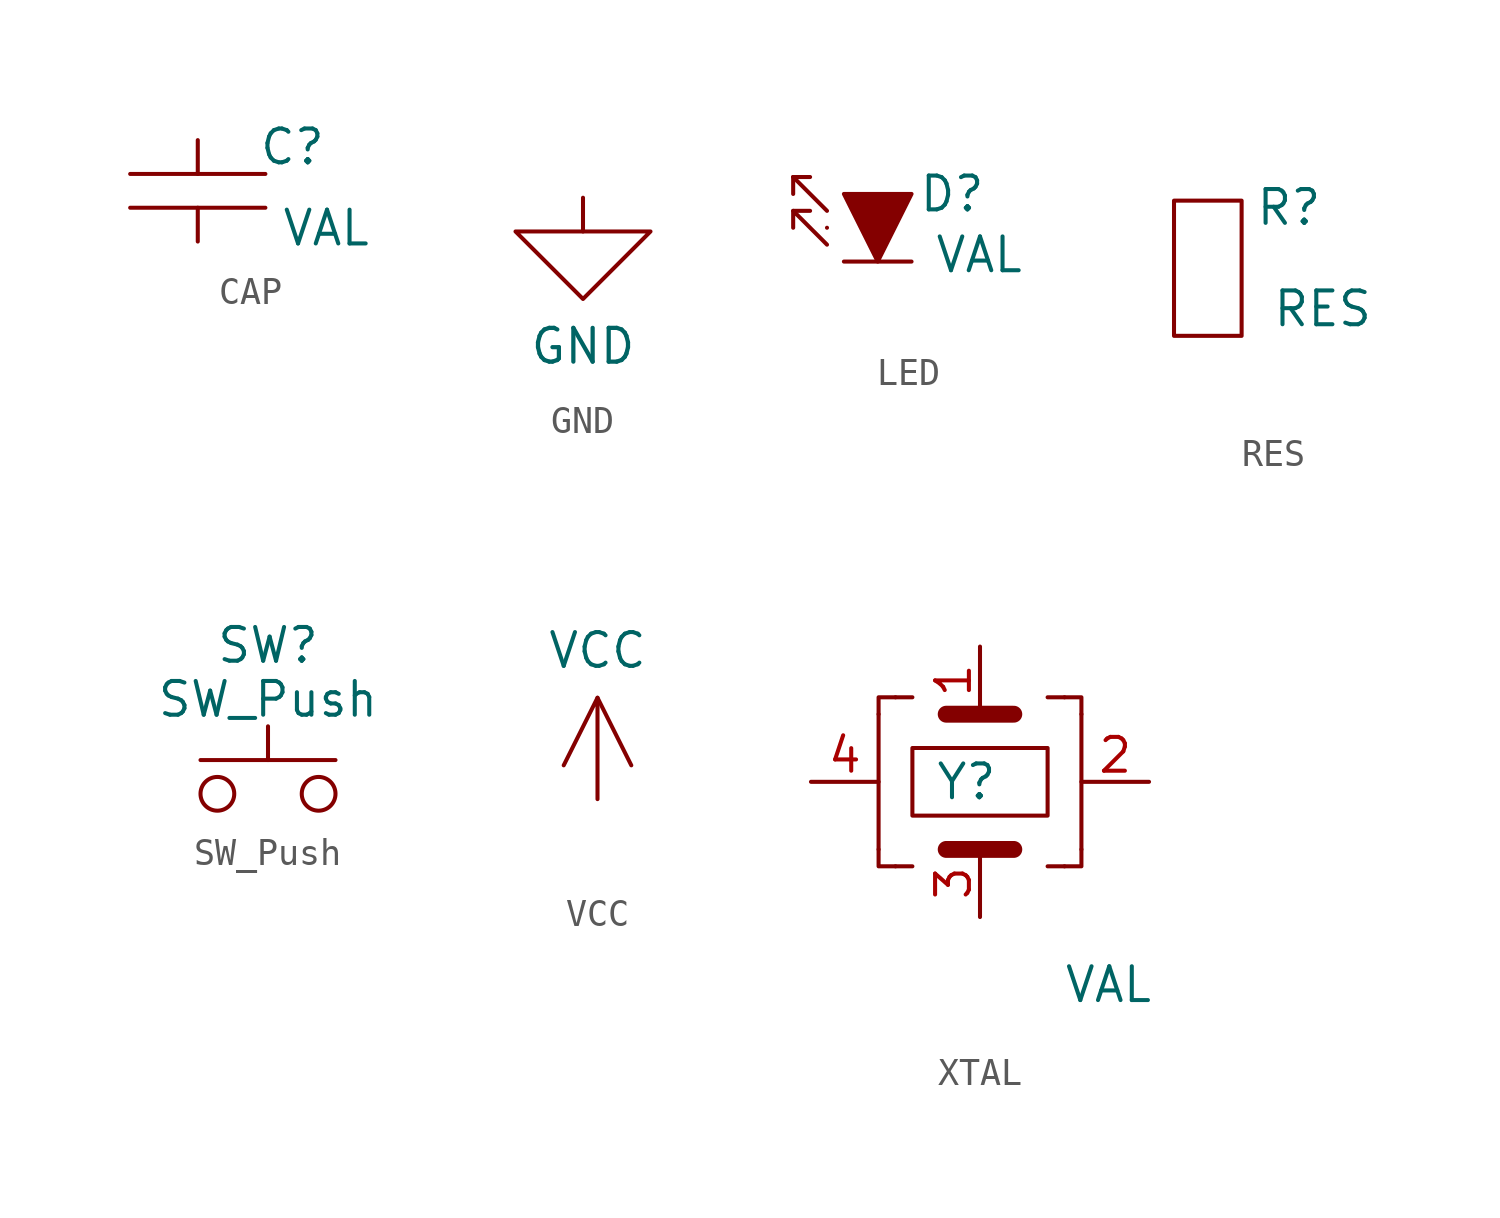
<source format=kicad_sym>
(kicad_symbol_lib
  (version 20241209)
  (generator "kicad_symbol_editor")
  (generator_version "9.0")
  (symbol "CAP"
    (property "Reference" "C"
      (at 3.556 2.286 0)
      (effects (font (size 1.27 1.27))))
    (property "Value" "VAL"
      (at 4.826 -0.762 0)
      (effects (font (size 1.27 1.27))))
    (symbol "CAP_0_1"
      (polyline (pts (xy -2.54 1.27) (xy 2.54 1.27)) (stroke (width 0) (type solid)) (fill (type none)))
      (polyline (pts (xy -2.54 0) (xy 2.54 0)) (stroke (width 0) (type solid)) (fill (type none)))
      (polyline (pts (xy 0 1.27) (xy 0 2.54) (xy 0 1.27)) (stroke (width 0) (type default)) (fill (type none)))
      (polyline (pts (xy 0 0) (xy 0 -1.27)) (stroke (width 0) (type default)) (fill (type none))))
    (symbol "CAP_1_1"
      (pin passive line (at 0 2.54 270) (length 2.54) (hide yes) (name "" (effects (font (size 1.27 1.27)))) (number "1" (effects (font (size 1.27 1.27)))))
      (pin passive line (at 0 -1.27 90) (length 2.54) (hide yes) (name "" (effects (font (size 1.27 1.27)))) (number "2" (effects (font (size 1.27 1.27)))))))
  (symbol "GND"
    (power)
    (property "Reference" "#PWR"
      (at -0.508 -5.842 0)
      (effects (font (size 1.27 1.27)) (hide yes)))
    (property "Value" "GND"
      (at 0 -4.318 0)
      (effects (font (size 1.27 1.27) (thickness 0.159))))
    (symbol "GND_0_1"
      (polyline (pts (xy 0 0) (xy 0 1.27)) (stroke (width 0) (type default)) (fill (type none)))
      (polyline (pts (xy 0 -2.54) (xy -2.54 0) (xy 2.54 0) (xy 0 -2.54)) (stroke (width 0) (type default)) (fill (type none))))
    (symbol "GND_1_1"
      (pin power_out line (at 0 1.27 90) (length 2.54) (hide yes) (name "" (effects (font (size 1.27 1.27)))) (number "1" (effects (font (size 1.27 1.27)))))))
  (symbol "LED"
    (property "Reference" "D"
      (at 2.794 1.27 0)
      (effects (font (size 1.27 1.27))))
    (property "Value" "VAL"
      (at 3.81 -1.016 0)
      (effects (font (size 1.27 1.27))))
    (symbol "LED_0_1"
      (polyline (pts (xy -1.27 -1.27) (xy 1.27 -1.27)) (stroke (width 0) (type default)) (fill (type none))))
    (symbol "LED_1_1"
      (polyline (pts (xy -3.175 1.27) (xy -3.175 1.905)) (stroke (width 0) (type default)) (fill (type none)))
      (polyline (pts (xy -3.175 0.635) (xy -2.54 0.635)) (stroke (width 0) (type default)) (fill (type none)))
      (polyline (pts (xy -2.54 1.905) (xy -3.175 1.905)) (stroke (width 0) (type default)) (fill (type none)))
      (polyline (pts (xy -1.905 0.635) (xy -3.175 1.905)) (stroke (width 0) (type default)) (fill (type none)))
      (polyline (pts (xy -1.905 0) (xy -1.905 0)) (stroke (width 0) (type default)) (fill (type none)))
      (polyline (pts (xy -1.905 -0.635) (xy -3.175 0.635) (xy -3.175 0)) (stroke (width 0) (type default)) (fill (type none)))
      (polyline (pts (xy 0 -1.27) (xy -1.27 1.27) (xy 1.27 1.27) (xy 0 -1.27)) (stroke (width 0) (type solid)) (fill (type outline)))
      (pin passive line (at 0 1.27 90) (length 2.54) (hide yes) (name "A" (effects (font (size 1.27 1.27)))) (number "1" (effects (font (size 1.27 1.27)))))
      (pin passive line (at 0 -1.27 270) (length 2.54) (hide yes) (name "K" (effects (font (size 1.27 1.27)))) (number "2" (effects (font (size 1.27 1.27)))))))
  (symbol "RES"
    (property "Reference" "R"
      (at 3.048 2.286 0)
      (effects (font (size 1.27 1.27))))
    (property "Value" "RES"
      (at 4.318 -1.524 0)
      (effects (font (size 1.27 1.27))))
    (symbol "RES_0_1"
      (polyline (pts (xy -1.27 2.54) (xy 1.27 2.54) (xy 1.27 -2.54) (xy -1.27 -2.54) (xy -1.27 2.54)) (stroke (width 0) (type default)) (fill (type none))))
    (symbol "RES_1_1"
      (pin passive line (at 0 2.54 90) (length 2.54) (hide yes) (name "" (effects (font (size 1.27 1.27)))) (number "1" (effects (font (size 1.27 1.27)))))
      (pin passive line (at 0 -2.54 270) (length 2.54) (hide yes) (name "" (effects (font (size 1.27 1.27)))) (number "2" (effects (font (size 1.27 1.27)))))))
  (symbol "SW_Push"
    (property "Reference" "SW"
      (at 0 5.588 0)
      (effects (font (size 1.27 1.27))))
    (property "Value" "SW_Push"
      (at 0 3.556 0)
      (effects (font (size 1.27 1.27))))
    (symbol "SW_Push_0_1"
      (polyline (pts (xy -2.54 1.27) (xy 2.54 1.27)) (stroke (width 0) (type default)) (fill (type none)))
      (circle (center -1.905 0) (radius 0.635) (stroke (width 0) (type default)) (fill (type none)))
      (polyline (pts (xy 0 2.54) (xy 0 1.27)) (stroke (width 0) (type default)) (fill (type none)))
      (circle (center 1.905 0) (radius 0.635) (stroke (width 0) (type default)) (fill (type none))))
    (symbol "SW_Push_1_1"
      (pin passive line (at -2.54 0 180) (length 2.54) (hide yes) (name "" (effects (font (size 1.27 1.27)))) (number "1" (effects (font (size 1.27 1.27)))))
      (pin passive line (at 2.54 0 0) (length 2.54) (hide yes) (name "" (effects (font (size 1.27 1.27)))) (number "2" (effects (font (size 1.27 1.27)))))))
  (symbol "VCC"
    (power)
    (property "Reference" "#PWR"
      (at -0.254 10.668 0)
      (effects (font (size 1.27 1.27)) (hide yes)))
    (property "Value" "VCC"
      (at 0 4.318 0)
      (effects (font (size 1.27 1.27))))
    (symbol "VCC_0_1"
      (polyline (pts (xy 0 2.54) (xy 1.27 0)) (stroke (width 0) (type default)) (fill (type none)))
      (polyline (pts (xy 0 -1.27) (xy 0 2.54) (xy -1.27 0)) (stroke (width 0) (type default)) (fill (type none))))
    (symbol "VCC_1_1"
      (pin power_out line (at 0 -1.27 270) (length 2.54) (hide yes) (name "" (effects (font (size 1.27 1.27)))) (number "1" (effects (font (size 1.27 1.27)))))))
  (symbol "XTAL"
    (property "Reference" "Y"
      (at -0.508 0 0)
      (effects (font (size 1.27 1.27))))
    (property "Value" "VAL"
      (at 4.826 -7.62 0)
      (effects (font (size 1.27 1.27))))
    (symbol "XTAL_0_1"
      (polyline (pts (xy -3.81 2.54) (xy -3.81 -2.54)) (stroke (width 0) (type default)) (fill (type none)))
      (polyline (pts (xy -3.81 2.54) (xy -3.81 3.175) (xy -3.175 3.175)) (stroke (width 0) (type default)) (fill (type none)))
      (polyline (pts (xy -3.81 -2.54) (xy -3.81 -3.175) (xy -3.175 -3.175)) (stroke (width 0) (type default)) (fill (type none)))
      (polyline (pts (xy -3.175 3.175) (xy -2.54 3.175)) (stroke (width 0) (type default)) (fill (type none)))
      (polyline (pts (xy -3.175 -3.175) (xy -2.54 -3.175)) (stroke (width 0) (type default)) (fill (type none)))
      (polyline (pts (xy -2.54 1.27) (xy 2.54 1.27) (xy 2.54 -1.27) (xy -2.54 -1.27) (xy -2.54 1.27)) (stroke (width 0) (type default)) (fill (type none)))
      (polyline (pts (xy 3.175 3.175) (xy 2.54 3.175)) (stroke (width 0) (type default)) (fill (type none)))
      (polyline (pts (xy 3.175 -3.175) (xy 2.54 -3.175)) (stroke (width 0) (type default)) (fill (type none)))
      (polyline (pts (xy 3.81 2.54) (xy 3.81 -2.54)) (stroke (width 0) (type default)) (fill (type none)))
      (polyline (pts (xy 3.81 2.54) (xy 3.81 3.175) (xy 3.175 3.175)) (stroke (width 0) (type default)) (fill (type none)))
      (polyline (pts (xy 3.81 -2.54) (xy 3.81 -3.175) (xy 3.175 -3.175)) (stroke (width 0) (type default)) (fill (type none))))
    (symbol "XTAL_1_1"
      (polyline (pts (xy -1.27 2.54) (xy 1.27 2.54)) (stroke (width 0.635) (type solid)) (fill (type none)))
      (polyline (pts (xy -1.27 -2.54) (xy 1.27 -2.54)) (stroke (width 0.635) (type solid)) (fill (type none)))
      (pin bidirectional line (at -6.35 0 0) (length 2.54) (name "" (effects (font (size 1.27 1.27)))) (number "4" (effects (font (size 1.27 1.27)))))
      (pin passive line (at 0 5.08 270) (length 2.54) (name "" (effects (font (size 1.27 1.27)))) (number "1" (effects (font (size 1.27 1.27)))))
      (pin passive line (at 0 -5.08 90) (length 2.54) (name "" (effects (font (size 1.27 1.27)))) (number "3" (effects (font (size 1.27 1.27)))))
      (pin passive line (at 6.35 0 180) (length 2.54) (name "" (effects (font (size 1.27 1.27)))) (number "2" (effects (font (size 1.27 1.27))))))))
</source>
